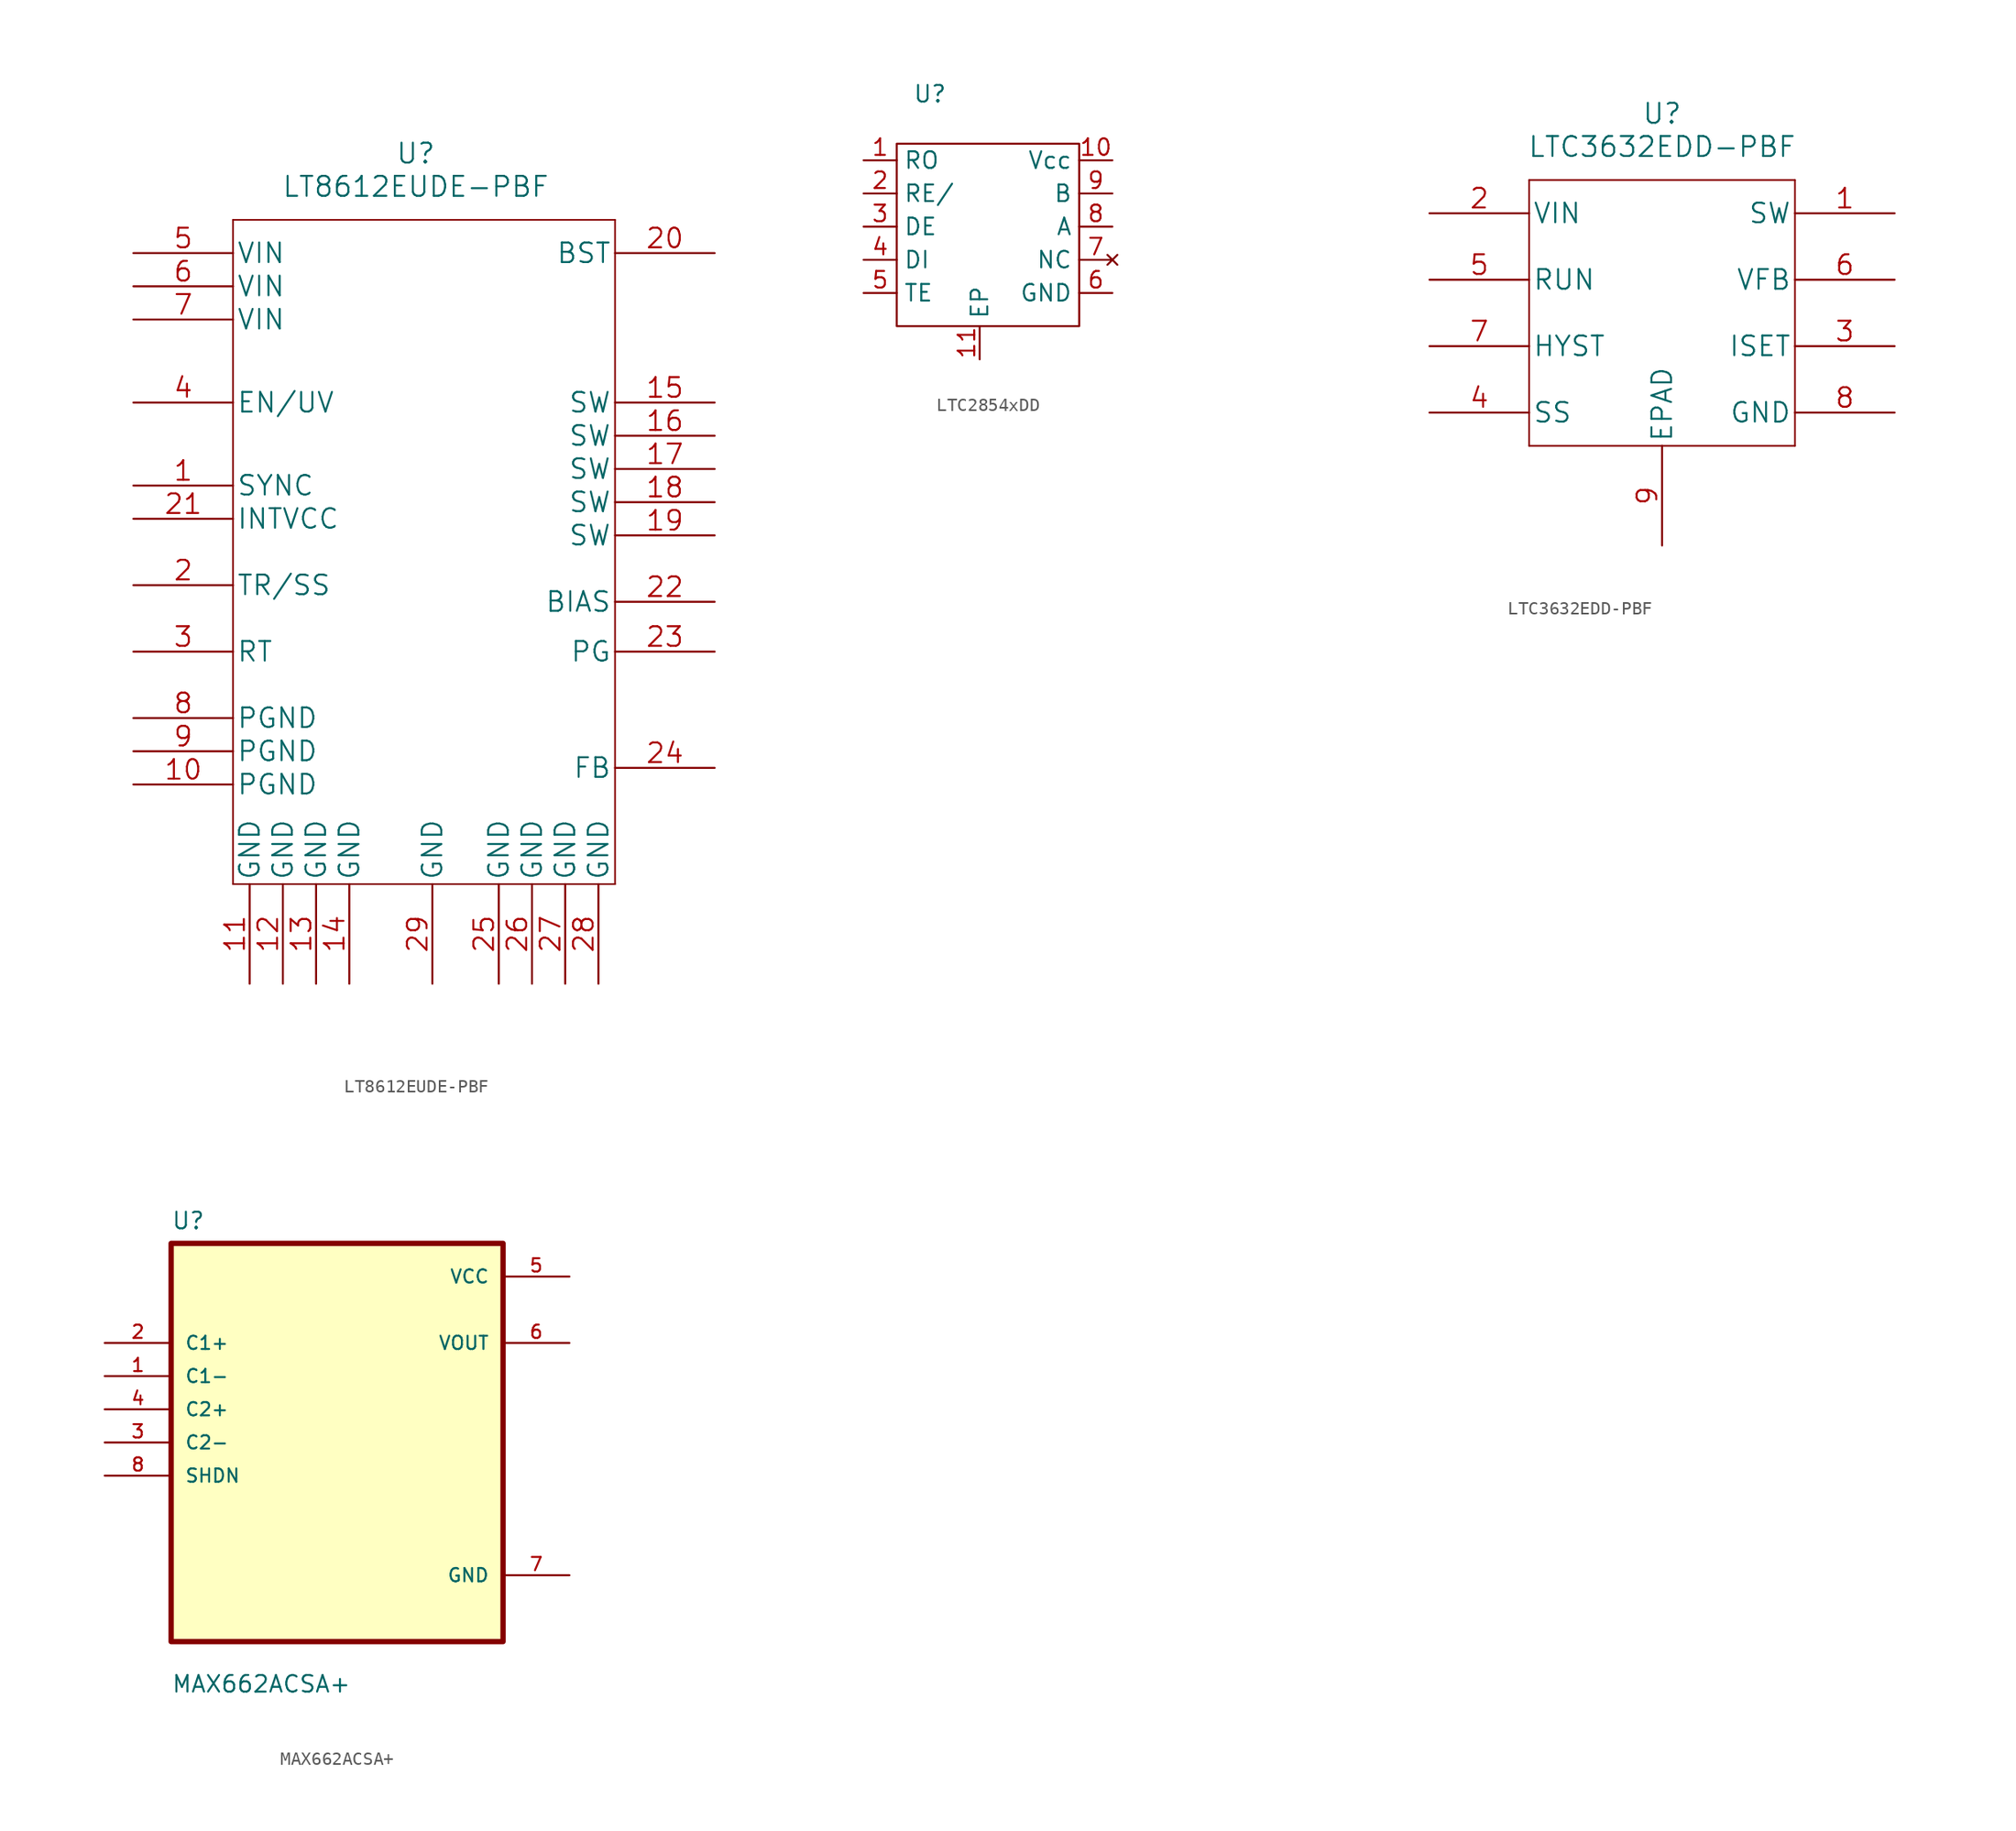
<source format=kicad_sym>
(kicad_symbol_lib
  (version 20220914)
  (generator kicad_symbol_editor)
  (symbol "LT8612EUDE-PBF"
    (pin_names
      (offset 0.254))
    (property "Reference" "U"
      (at 21.59 7.62 0)
      (effects (font (size 1.524 1.524))))
    (property "Value" "LT8612EUDE-PBF"
      (at 21.59 5.08 0)
      (effects (font (size 1.524 1.524))))
    (property "Datasheet" ""
      (at -1.27 -2.54 0)
      (effects (font (size 1.524 1.524))))
    (symbol "LT8612EUDE-PBF_1_1"
      (polyline (pts (xy 7.62 -48.26) (xy 36.83 -48.26)) (stroke (width 0.127) (type default)) (fill (type none)))
      (polyline (pts (xy 7.62 2.54) (xy 7.62 -48.26)) (stroke (width 0.127) (type default)) (fill (type none)))
      (polyline (pts (xy 36.83 -48.26) (xy 36.83 2.54)) (stroke (width 0.127) (type default)) (fill (type none)))
      (polyline (pts (xy 36.83 2.54) (xy 7.62 2.54)) (stroke (width 0.127) (type default)) (fill (type none)))
      (pin input line (at 0 -17.78 0) (length 7.62) (name "SYNC" (effects (font (size 1.499 1.499)))) (number "1" (effects (font (size 1.499 1.499)))))
      (pin power_in line (at 0 -40.64 0) (length 7.62) (name "PGND" (effects (font (size 1.499 1.499)))) (number "10" (effects (font (size 1.499 1.499)))))
      (pin power_in line (at 8.89 -55.88 90) (length 7.62) (name "GND" (effects (font (size 1.499 1.499)))) (number "11" (effects (font (size 1.499 1.499)))))
      (pin power_in line (at 11.43 -55.88 90) (length 7.62) (name "GND" (effects (font (size 1.499 1.499)))) (number "12" (effects (font (size 1.499 1.499)))))
      (pin power_in line (at 13.97 -55.88 90) (length 7.62) (name "GND" (effects (font (size 1.499 1.499)))) (number "13" (effects (font (size 1.499 1.499)))))
      (pin power_in line (at 16.51 -55.88 90) (length 7.62) (name "GND" (effects (font (size 1.499 1.499)))) (number "14" (effects (font (size 1.499 1.499)))))
      (pin output line (at 44.45 -11.43 180) (length 7.62) (name "SW" (effects (font (size 1.499 1.499)))) (number "15" (effects (font (size 1.499 1.499)))))
      (pin output line (at 44.45 -13.97 180) (length 7.62) (name "SW" (effects (font (size 1.499 1.499)))) (number "16" (effects (font (size 1.499 1.499)))))
      (pin output line (at 44.45 -16.51 180) (length 7.62) (name "SW" (effects (font (size 1.499 1.499)))) (number "17" (effects (font (size 1.499 1.499)))))
      (pin output line (at 44.45 -19.05 180) (length 7.62) (name "SW" (effects (font (size 1.499 1.499)))) (number "18" (effects (font (size 1.499 1.499)))))
      (pin output line (at 44.45 -21.59 180) (length 7.62) (name "SW" (effects (font (size 1.499 1.499)))) (number "19" (effects (font (size 1.499 1.499)))))
      (pin output line (at 0 -25.4 0) (length 7.62) (name "TR/SS" (effects (font (size 1.499 1.499)))) (number "2" (effects (font (size 1.499 1.499)))))
      (pin input line (at 44.45 0 180) (length 7.62) (name "BST" (effects (font (size 1.499 1.499)))) (number "20" (effects (font (size 1.499 1.499)))))
      (pin unspecified line (at 0 -20.32 0) (length 7.62) (name "INTVCC" (effects (font (size 1.499 1.499)))) (number "21" (effects (font (size 1.499 1.499)))))
      (pin output line (at 44.45 -26.67 180) (length 7.62) (name "BIAS" (effects (font (size 1.499 1.499)))) (number "22" (effects (font (size 1.499 1.499)))))
      (pin output line (at 44.45 -30.48 180) (length 7.62) (name "PG" (effects (font (size 1.499 1.499)))) (number "23" (effects (font (size 1.499 1.499)))))
      (pin unspecified line (at 44.45 -39.37 180) (length 7.62) (name "FB" (effects (font (size 1.499 1.499)))) (number "24" (effects (font (size 1.499 1.499)))))
      (pin power_in line (at 27.94 -55.88 90) (length 7.62) (name "GND" (effects (font (size 1.499 1.499)))) (number "25" (effects (font (size 1.499 1.499)))))
      (pin power_in line (at 30.48 -55.88 90) (length 7.62) (name "GND" (effects (font (size 1.499 1.499)))) (number "26" (effects (font (size 1.499 1.499)))))
      (pin power_in line (at 33.02 -55.88 90) (length 7.62) (name "GND" (effects (font (size 1.499 1.499)))) (number "27" (effects (font (size 1.499 1.499)))))
      (pin power_in line (at 35.56 -55.88 90) (length 7.62) (name "GND" (effects (font (size 1.499 1.499)))) (number "28" (effects (font (size 1.499 1.499)))))
      (pin power_in line (at 22.86 -55.88 90) (length 7.62) (name "GND" (effects (font (size 1.499 1.499)))) (number "29" (effects (font (size 1.499 1.499)))))
      (pin unspecified line (at 0 -30.48 0) (length 7.62) (name "RT" (effects (font (size 1.499 1.499)))) (number "3" (effects (font (size 1.499 1.499)))))
      (pin unspecified line (at 0 -11.43 0) (length 7.62) (name "EN/UV" (effects (font (size 1.499 1.499)))) (number "4" (effects (font (size 1.499 1.499)))))
      (pin input line (at 0 0 0) (length 7.62) (name "VIN" (effects (font (size 1.499 1.499)))) (number "5" (effects (font (size 1.499 1.499)))))
      (pin input line (at 0 -2.54 0) (length 7.62) (name "VIN" (effects (font (size 1.499 1.499)))) (number "6" (effects (font (size 1.499 1.499)))))
      (pin input line (at 0 -5.08 0) (length 7.62) (name "VIN" (effects (font (size 1.499 1.499)))) (number "7" (effects (font (size 1.499 1.499)))))
      (pin power_in line (at 0 -35.56 0) (length 7.62) (name "PGND" (effects (font (size 1.499 1.499)))) (number "8" (effects (font (size 1.499 1.499)))))
      (pin power_in line (at 0 -38.1 0) (length 7.62) (name "PGND" (effects (font (size 1.499 1.499)))) (number "9" (effects (font (size 1.499 1.499)))))))
  (symbol "LTC2854xDD"
    (property "Reference" "U"
      (at 2.54 2.54 0)
      (effects (font (size 1.27 1.27))))
    (property "Value" ""
      (at 0 0 0)
      (effects (font (size 1.27 1.27))))
    (symbol "LTC2854xDD_1_1"
      (rectangle (start 0 -1.27) (end 13.97 -15.24) (stroke (width 0) (type default)) (fill (type none)))
      (pin output line (at -2.54 -2.54 0) (length 2.54) (name "RO" (effects (font (size 1.27 1.27)))) (number "1" (effects (font (size 1.27 1.27)))))
      (pin power_in line (at 16.51 -2.54 180) (length 2.54) (name "Vcc" (effects (font (size 1.27 1.27)))) (number "10" (effects (font (size 1.27 1.27)))))
      (pin power_in line (at 6.35 -17.78 90) (length 2.54) (name "EP" (effects (font (size 1.27 1.27)))) (number "11" (effects (font (size 1.27 1.27)))))
      (pin input line (at -2.54 -5.08 0) (length 2.54) (name "RE/" (effects (font (size 1.27 1.27)))) (number "2" (effects (font (size 1.27 1.27)))))
      (pin input line (at -2.54 -7.62 0) (length 2.54) (name "DE" (effects (font (size 1.27 1.27)))) (number "3" (effects (font (size 1.27 1.27)))))
      (pin input line (at -2.54 -10.16 0) (length 2.54) (name "DI" (effects (font (size 1.27 1.27)))) (number "4" (effects (font (size 1.27 1.27)))))
      (pin input line (at -2.54 -12.7 0) (length 2.54) (name "TE" (effects (font (size 1.27 1.27)))) (number "5" (effects (font (size 1.27 1.27)))))
      (pin power_in line (at 16.51 -12.7 180) (length 2.54) (name "GND" (effects (font (size 1.27 1.27)))) (number "6" (effects (font (size 1.27 1.27)))))
      (pin no_connect line (at 16.51 -10.16 180) (length 2.54) (name "NC" (effects (font (size 1.27 1.27)))) (number "7" (effects (font (size 1.27 1.27)))))
      (pin bidirectional line (at 16.51 -7.62 180) (length 2.54) (name "A" (effects (font (size 1.27 1.27)))) (number "8" (effects (font (size 1.27 1.27)))))
      (pin bidirectional line (at 16.51 -5.08 180) (length 2.54) (name "B" (effects (font (size 1.27 1.27)))) (number "9" (effects (font (size 1.27 1.27)))))))
  (symbol "LTC3632EDD-PBF"
    (pin_names
      (offset 0.254))
    (property "Reference" "U"
      (at 30.48 10.16 0)
      (effects (font (size 1.524 1.524))))
    (property "Value" "LTC3632EDD-PBF"
      (at 30.48 7.62 0)
      (effects (font (size 1.524 1.524))))
    (property "Datasheet" ""
      (at 0 0 0)
      (effects (font (size 1.524 1.524))))
    (symbol "LTC3632EDD-PBF_1_1"
      (polyline (pts (xy 20.32 -15.24) (xy 40.64 -15.24)) (stroke (width 0.127) (type default)) (fill (type none)))
      (polyline (pts (xy 20.32 5.08) (xy 20.32 -15.24)) (stroke (width 0.127) (type default)) (fill (type none)))
      (polyline (pts (xy 40.64 -15.24) (xy 40.64 5.08)) (stroke (width 0.127) (type default)) (fill (type none)))
      (polyline (pts (xy 40.64 5.08) (xy 20.32 5.08)) (stroke (width 0.127) (type default)) (fill (type none)))
      (pin unspecified line (at 48.26 2.54 180) (length 7.62) (name "SW" (effects (font (size 1.499 1.499)))) (number "1" (effects (font (size 1.499 1.499)))))
      (pin input line (at 12.7 2.54 0) (length 7.62) (name "VIN" (effects (font (size 1.499 1.499)))) (number "2" (effects (font (size 1.499 1.499)))))
      (pin input line (at 48.26 -7.62 180) (length 7.62) (name "ISET" (effects (font (size 1.499 1.499)))) (number "3" (effects (font (size 1.499 1.499)))))
      (pin input line (at 12.7 -12.7 0) (length 7.62) (name "SS" (effects (font (size 1.499 1.499)))) (number "4" (effects (font (size 1.499 1.499)))))
      (pin input line (at 12.7 -2.54 0) (length 7.62) (name "RUN" (effects (font (size 1.499 1.499)))) (number "5" (effects (font (size 1.499 1.499)))))
      (pin output line (at 48.26 -2.54 180) (length 7.62) (name "VFB" (effects (font (size 1.499 1.499)))) (number "6" (effects (font (size 1.499 1.499)))))
      (pin output line (at 12.7 -7.62 0) (length 7.62) (name "HYST" (effects (font (size 1.499 1.499)))) (number "7" (effects (font (size 1.499 1.499)))))
      (pin power_in line (at 48.26 -12.7 180) (length 7.62) (name "GND" (effects (font (size 1.499 1.499)))) (number "8" (effects (font (size 1.499 1.499)))))
      (pin unspecified line (at 30.48 -22.86 90) (length 7.62) (name "EPAD" (effects (font (size 1.499 1.499)))) (number "9" (effects (font (size 1.499 1.499)))))))
  (symbol "MAX662ACSA+"
    (pin_names
      (offset 1.016))
    (property "Reference" "U"
      (at -12.7 16.231 0)
      (effects (font (size 1.27 1.27)) (justify left bottom)))
    (property "Value" "MAX662ACSA+"
      (at -12.7 -19.228 0)
      (effects (font (size 1.27 1.27)) (justify left bottom)))
    (property "ki_locked" ""
      (at 0 0 0)
      (effects (font (size 1.27 1.27))))
    (symbol "MAX662ACSA+_0_0"
      (rectangle (start -12.7 -15.24) (end 12.7 15.24) (stroke (width 0.406) (type default)) (fill (type background)))
      (pin input line (at -17.78 5.08 0) (length 5.08) (name "C1-" (effects (font (size 1.016 1.016)))) (number "1" (effects (font (size 1.016 1.016)))))
      (pin input line (at -17.78 7.62 0) (length 5.08) (name "C1+" (effects (font (size 1.016 1.016)))) (number "2" (effects (font (size 1.016 1.016)))))
      (pin input line (at -17.78 0 0) (length 5.08) (name "C2-" (effects (font (size 1.016 1.016)))) (number "3" (effects (font (size 1.016 1.016)))))
      (pin input line (at -17.78 2.54 0) (length 5.08) (name "C2+" (effects (font (size 1.016 1.016)))) (number "4" (effects (font (size 1.016 1.016)))))
      (pin power_in line (at 17.78 12.7 180) (length 5.08) (name "VCC" (effects (font (size 1.016 1.016)))) (number "5" (effects (font (size 1.016 1.016)))))
      (pin output line (at 17.78 7.62 180) (length 5.08) (name "VOUT" (effects (font (size 1.016 1.016)))) (number "6" (effects (font (size 1.016 1.016)))))
      (pin power_in line (at 17.78 -10.16 180) (length 5.08) (name "GND" (effects (font (size 1.016 1.016)))) (number "7" (effects (font (size 1.016 1.016)))))
      (pin input line (at -17.78 -2.54 0) (length 5.08) (name "SHDN" (effects (font (size 1.016 1.016)))) (number "8" (effects (font (size 1.016 1.016))))))))
</source>
